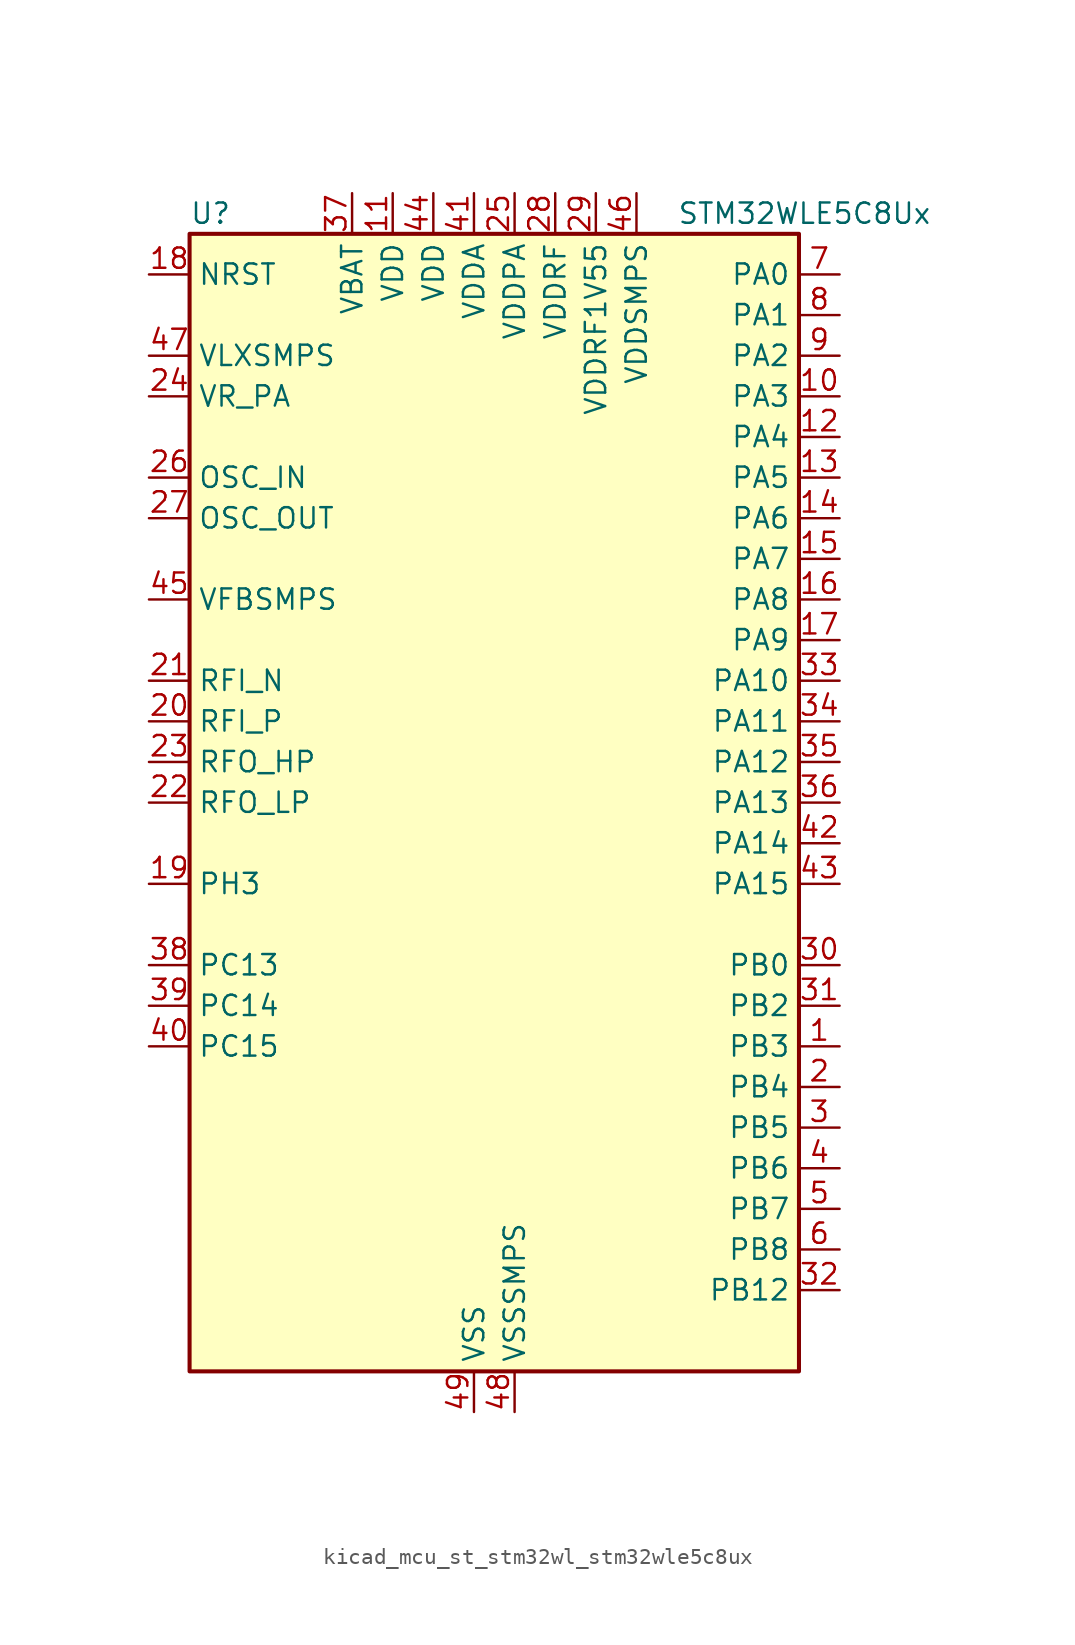
<source format=kicad_sym>
(kicad_symbol_lib
  (version 20220914)
  (generator kicad_symbol_editor)
  (symbol "kicad_mcu_st_stm32wl_stm32wle5c8ux"
    (property "Reference" "U"
      (at -17.78 36.83 0)
      (effects (font (size 1.27 1.27)) (justify left)))
    (property "Value" "STM32WLE5C8Ux"
      (at 12.7 36.83 0)
      (effects (font (size 1.27 1.27)) (justify left)))
    (property "ki_locked" ""
      (at 0 0 0)
      (effects (font (size 1.27 1.27))))
    (symbol "kicad_mcu_st_stm32wl_stm32wle5c8ux_0_1"
      (rectangle (start -17.78 -35.56) (end 20.32 35.56) (stroke (width 0.254) (type default)) (fill (type background))))
    (symbol "kicad_mcu_st_stm32wl_stm32wle5c8ux_1_1"
      (pin bidirectional line (at 22.86 -15.24 180) (length 2.54) (name "PB3" (effects (font (size 1.27 1.27)))) (number "1" (effects (font (size 1.27 1.27)))) (alternate "ADC_IN2" bidirectional line) (alternate "COMP1_INM" bidirectional line) (alternate "COMP2_INM" bidirectional line) (alternate "DEBUG_JTDO-SWO" bidirectional line) (alternate "DEBUG_RF-DTB1" bidirectional line) (alternate "PWR_WKUP3" bidirectional line) (alternate "RTC_TAMP_IN3" bidirectional line) (alternate "SPI1_SCK" bidirectional line) (alternate "TIM2_CH2" bidirectional line) (alternate "USART1_DE" bidirectional line) (alternate "USART1_RTS" bidirectional line))
      (pin bidirectional line (at 22.86 25.4 180) (length 2.54) (name "PA3" (effects (font (size 1.27 1.27)))) (number "10" (effects (font (size 1.27 1.27)))) (alternate "I2S2_MCK" bidirectional line) (alternate "LPUART1_RX" bidirectional line) (alternate "TIM2_CH4" bidirectional line) (alternate "USART2_RX" bidirectional line))
      (pin power_in line (at -5.08 38.1 270) (length 2.54) (name "VDD" (effects (font (size 1.27 1.27)))) (number "11" (effects (font (size 1.27 1.27)))))
      (pin bidirectional line (at 22.86 22.86 180) (length 2.54) (name "PA4" (effects (font (size 1.27 1.27)))) (number "12" (effects (font (size 1.27 1.27)))) (alternate "DEBUG_SUBGHZSPI-NSSOUT" bidirectional line) (alternate "LPTIM1_OUT" bidirectional line) (alternate "LPTIM2_OUT" bidirectional line) (alternate "RTC_OUT2" bidirectional line) (alternate "SPI1_NSS" bidirectional line) (alternate "USART2_CK" bidirectional line))
      (pin bidirectional line (at 22.86 20.32 180) (length 2.54) (name "PA5" (effects (font (size 1.27 1.27)))) (number "13" (effects (font (size 1.27 1.27)))) (alternate "DEBUG_SUBGHZSPI-SCKOUT" bidirectional line) (alternate "LPTIM2_ETR" bidirectional line) (alternate "SPI1_SCK" bidirectional line) (alternate "SPI2_MISO" bidirectional line) (alternate "TIM2_CH1" bidirectional line) (alternate "TIM2_ETR" bidirectional line))
      (pin bidirectional line (at 22.86 17.78 180) (length 2.54) (name "PA6" (effects (font (size 1.27 1.27)))) (number "14" (effects (font (size 1.27 1.27)))) (alternate "DEBUG_SUBGHZSPI-MISOOUT" bidirectional line) (alternate "I2C2_SMBA" bidirectional line) (alternate "LPUART1_CTS" bidirectional line) (alternate "SPI1_MISO" bidirectional line) (alternate "TIM16_CH1" bidirectional line) (alternate "TIM1_BKIN" bidirectional line))
      (pin bidirectional line (at 22.86 15.24 180) (length 2.54) (name "PA7" (effects (font (size 1.27 1.27)))) (number "15" (effects (font (size 1.27 1.27)))) (alternate "COMP2_OUT" bidirectional line) (alternate "DEBUG_SUBGHZSPI-MOSIOUT" bidirectional line) (alternate "I2C3_SCL" bidirectional line) (alternate "SPI1_MOSI" bidirectional line) (alternate "TIM17_CH1" bidirectional line) (alternate "TIM1_CH1N" bidirectional line))
      (pin bidirectional line (at 22.86 12.7 180) (length 2.54) (name "PA8" (effects (font (size 1.27 1.27)))) (number "16" (effects (font (size 1.27 1.27)))) (alternate "I2S2_CK" bidirectional line) (alternate "LPTIM2_OUT" bidirectional line) (alternate "RCC_MCO" bidirectional line) (alternate "SPI2_SCK" bidirectional line) (alternate "TIM1_CH1" bidirectional line) (alternate "USART1_CK" bidirectional line))
      (pin bidirectional line (at 22.86 10.16 180) (length 2.54) (name "PA9" (effects (font (size 1.27 1.27)))) (number "17" (effects (font (size 1.27 1.27)))) (alternate "DAC_EXTI9" bidirectional line) (alternate "I2C1_SCL" bidirectional line) (alternate "I2S2_CK" bidirectional line) (alternate "I2S2_WS" bidirectional line) (alternate "SPI2_NSS" bidirectional line) (alternate "SPI2_SCK" bidirectional line) (alternate "TIM1_CH2" bidirectional line) (alternate "USART1_TX" bidirectional line))
      (pin input line (at -20.32 33.02 0) (length 2.54) (name "NRST" (effects (font (size 1.27 1.27)))) (number "18" (effects (font (size 1.27 1.27)))))
      (pin bidirectional line (at -20.32 -5.08 0) (length 2.54) (name "PH3" (effects (font (size 1.27 1.27)))) (number "19" (effects (font (size 1.27 1.27)))))
      (pin bidirectional line (at 22.86 -17.78 180) (length 2.54) (name "PB4" (effects (font (size 1.27 1.27)))) (number "2" (effects (font (size 1.27 1.27)))) (alternate "ADC_IN3" bidirectional line) (alternate "COMP1_INP" bidirectional line) (alternate "COMP2_INP" bidirectional line) (alternate "DEBUG_JTRST" bidirectional line) (alternate "DEBUG_RF-LDORDY" bidirectional line) (alternate "I2C3_SDA" bidirectional line) (alternate "SPI1_MISO" bidirectional line) (alternate "TIM17_BKIN" bidirectional line) (alternate "USART1_CTS" bidirectional line) (alternate "USART1_NSS" bidirectional line))
      (pin bidirectional line (at -20.32 5.08 0) (length 2.54) (name "RFI_P" (effects (font (size 1.27 1.27)))) (number "20" (effects (font (size 1.27 1.27)))))
      (pin bidirectional line (at -20.32 7.62 0) (length 2.54) (name "RFI_N" (effects (font (size 1.27 1.27)))) (number "21" (effects (font (size 1.27 1.27)))))
      (pin bidirectional line (at -20.32 0 0) (length 2.54) (name "RFO_LP" (effects (font (size 1.27 1.27)))) (number "22" (effects (font (size 1.27 1.27)))))
      (pin bidirectional line (at -20.32 2.54 0) (length 2.54) (name "RFO_HP" (effects (font (size 1.27 1.27)))) (number "23" (effects (font (size 1.27 1.27)))))
      (pin power_in line (at -20.32 25.4 0) (length 2.54) (name "VR_PA" (effects (font (size 1.27 1.27)))) (number "24" (effects (font (size 1.27 1.27)))))
      (pin power_in line (at 2.54 38.1 270) (length 2.54) (name "VDDPA" (effects (font (size 1.27 1.27)))) (number "25" (effects (font (size 1.27 1.27)))))
      (pin input line (at -20.32 20.32 0) (length 2.54) (name "OSC_IN" (effects (font (size 1.27 1.27)))) (number "26" (effects (font (size 1.27 1.27)))) (alternate "RCC_OSC_IN" bidirectional line))
      (pin input line (at -20.32 17.78 0) (length 2.54) (name "OSC_OUT" (effects (font (size 1.27 1.27)))) (number "27" (effects (font (size 1.27 1.27)))) (alternate "RCC_OSC_OUT" bidirectional line))
      (pin power_in line (at 5.08 38.1 270) (length 2.54) (name "VDDRF" (effects (font (size 1.27 1.27)))) (number "28" (effects (font (size 1.27 1.27)))))
      (pin power_in line (at 7.62 38.1 270) (length 2.54) (name "VDDRF1V55" (effects (font (size 1.27 1.27)))) (number "29" (effects (font (size 1.27 1.27)))))
      (pin bidirectional line (at 22.86 -20.32 180) (length 2.54) (name "PB5" (effects (font (size 1.27 1.27)))) (number "3" (effects (font (size 1.27 1.27)))) (alternate "COMP2_OUT" bidirectional line) (alternate "I2C1_SMBA" bidirectional line) (alternate "LPTIM1_IN1" bidirectional line) (alternate "SPI1_MOSI" bidirectional line) (alternate "TIM16_BKIN" bidirectional line) (alternate "USART1_CK" bidirectional line))
      (pin bidirectional line (at 22.86 -10.16 180) (length 2.54) (name "PB0" (effects (font (size 1.27 1.27)))) (number "30" (effects (font (size 1.27 1.27)))) (alternate "COMP1_OUT" bidirectional line) (alternate "VDDTCXO" bidirectional line))
      (pin bidirectional line (at 22.86 -12.7 180) (length 2.54) (name "PB2" (effects (font (size 1.27 1.27)))) (number "31" (effects (font (size 1.27 1.27)))) (alternate "ADC_IN4" bidirectional line) (alternate "COMP1_INP" bidirectional line) (alternate "COMP2_INM" bidirectional line) (alternate "DEBUG_RF-SMPSRDY" bidirectional line) (alternate "I2C3_SMBA" bidirectional line) (alternate "LPTIM1_OUT" bidirectional line) (alternate "SPI1_NSS" bidirectional line))
      (pin bidirectional line (at 22.86 -30.48 180) (length 2.54) (name "PB12" (effects (font (size 1.27 1.27)))) (number "32" (effects (font (size 1.27 1.27)))) (alternate "I2C3_SMBA" bidirectional line) (alternate "I2S2_WS" bidirectional line) (alternate "LPUART1_RTS" bidirectional line) (alternate "SPI2_NSS" bidirectional line) (alternate "TIM1_BKIN" bidirectional line))
      (pin bidirectional line (at 22.86 7.62 180) (length 2.54) (name "PA10" (effects (font (size 1.27 1.27)))) (number "33" (effects (font (size 1.27 1.27)))) (alternate "ADC_IN6" bidirectional line) (alternate "COMP1_INM" bidirectional line) (alternate "COMP2_INM" bidirectional line) (alternate "DAC_OUT1" bidirectional line) (alternate "DEBUG_RF-HSE32RDY" bidirectional line) (alternate "I2C1_SDA" bidirectional line) (alternate "I2S2_SD" bidirectional line) (alternate "RTC_REFIN" bidirectional line) (alternate "SPI2_MOSI" bidirectional line) (alternate "TIM17_BKIN" bidirectional line) (alternate "TIM1_CH3" bidirectional line) (alternate "USART1_RX" bidirectional line))
      (pin bidirectional line (at 22.86 5.08 180) (length 2.54) (name "PA11" (effects (font (size 1.27 1.27)))) (number "34" (effects (font (size 1.27 1.27)))) (alternate "ADC_EXTI11" bidirectional line) (alternate "ADC_IN7" bidirectional line) (alternate "COMP1_INM" bidirectional line) (alternate "COMP2_INM" bidirectional line) (alternate "DEBUG_RF-NRESET" bidirectional line) (alternate "I2C2_SDA" bidirectional line) (alternate "LPTIM3_ETR" bidirectional line) (alternate "SPI1_MISO" bidirectional line) (alternate "TIM1_BKIN2" bidirectional line) (alternate "TIM1_CH4" bidirectional line) (alternate "USART1_CTS" bidirectional line) (alternate "USART1_NSS" bidirectional line))
      (pin bidirectional line (at 22.86 2.54 180) (length 2.54) (name "PA12" (effects (font (size 1.27 1.27)))) (number "35" (effects (font (size 1.27 1.27)))) (alternate "ADC_IN8" bidirectional line) (alternate "DEBUG_RF-BUSY" bidirectional line) (alternate "I2C2_SCL" bidirectional line) (alternate "LPTIM3_IN1" bidirectional line) (alternate "SPI1_MOSI" bidirectional line) (alternate "TIM1_ETR" bidirectional line) (alternate "USART1_DE" bidirectional line) (alternate "USART1_RTS" bidirectional line))
      (pin bidirectional line (at 22.86 0 180) (length 2.54) (name "PA13" (effects (font (size 1.27 1.27)))) (number "36" (effects (font (size 1.27 1.27)))) (alternate "ADC_IN9" bidirectional line) (alternate "DEBUG_JTMS-SWDIO" bidirectional line) (alternate "I2C2_SMBA" bidirectional line) (alternate "IR_OUT" bidirectional line))
      (pin power_in line (at -7.62 38.1 270) (length 2.54) (name "VBAT" (effects (font (size 1.27 1.27)))) (number "37" (effects (font (size 1.27 1.27)))))
      (pin bidirectional line (at -20.32 -10.16 0) (length 2.54) (name "PC13" (effects (font (size 1.27 1.27)))) (number "38" (effects (font (size 1.27 1.27)))) (alternate "PWR_WKUP2" bidirectional line) (alternate "RTC_OUT1" bidirectional line) (alternate "RTC_TAMP_IN1" bidirectional line) (alternate "RTC_TS" bidirectional line))
      (pin bidirectional line (at -20.32 -12.7 0) (length 2.54) (name "PC14" (effects (font (size 1.27 1.27)))) (number "39" (effects (font (size 1.27 1.27)))) (alternate "RCC_OSC32_IN" bidirectional line))
      (pin bidirectional line (at 22.86 -22.86 180) (length 2.54) (name "PB6" (effects (font (size 1.27 1.27)))) (number "4" (effects (font (size 1.27 1.27)))) (alternate "I2C1_SCL" bidirectional line) (alternate "LPTIM1_ETR" bidirectional line) (alternate "TIM16_CH1N" bidirectional line) (alternate "USART1_TX" bidirectional line))
      (pin bidirectional line (at -20.32 -15.24 0) (length 2.54) (name "PC15" (effects (font (size 1.27 1.27)))) (number "40" (effects (font (size 1.27 1.27)))) (alternate "RCC_OSC32_OUT" bidirectional line))
      (pin power_in line (at 0 38.1 270) (length 2.54) (name "VDDA" (effects (font (size 1.27 1.27)))) (number "41" (effects (font (size 1.27 1.27)))))
      (pin bidirectional line (at 22.86 -2.54 180) (length 2.54) (name "PA14" (effects (font (size 1.27 1.27)))) (number "42" (effects (font (size 1.27 1.27)))) (alternate "ADC_IN10" bidirectional line) (alternate "DEBUG_JTCK-SWCLK" bidirectional line) (alternate "I2C1_SMBA" bidirectional line) (alternate "LPTIM1_OUT" bidirectional line))
      (pin bidirectional line (at 22.86 -5.08 180) (length 2.54) (name "PA15" (effects (font (size 1.27 1.27)))) (number "43" (effects (font (size 1.27 1.27)))) (alternate "ADC_IN11" bidirectional line) (alternate "COMP1_INM" bidirectional line) (alternate "COMP2_INP" bidirectional line) (alternate "DEBUG_JTDI" bidirectional line) (alternate "I2C2_SDA" bidirectional line) (alternate "SPI1_NSS" bidirectional line) (alternate "TIM2_CH1" bidirectional line) (alternate "TIM2_ETR" bidirectional line))
      (pin power_in line (at -2.54 38.1 270) (length 2.54) (name "VDD" (effects (font (size 1.27 1.27)))) (number "44" (effects (font (size 1.27 1.27)))))
      (pin input line (at -20.32 12.7 0) (length 2.54) (name "VFBSMPS" (effects (font (size 1.27 1.27)))) (number "45" (effects (font (size 1.27 1.27)))))
      (pin power_in line (at 10.16 38.1 270) (length 2.54) (name "VDDSMPS" (effects (font (size 1.27 1.27)))) (number "46" (effects (font (size 1.27 1.27)))))
      (pin power_in line (at -20.32 27.94 0) (length 2.54) (name "VLXSMPS" (effects (font (size 1.27 1.27)))) (number "47" (effects (font (size 1.27 1.27)))))
      (pin power_in line (at 2.54 -38.1 90) (length 2.54) (name "VSSSMPS" (effects (font (size 1.27 1.27)))) (number "48" (effects (font (size 1.27 1.27)))))
      (pin power_in line (at 0 -38.1 90) (length 2.54) (name "VSS" (effects (font (size 1.27 1.27)))) (number "49" (effects (font (size 1.27 1.27)))))
      (pin bidirectional line (at 22.86 -25.4 180) (length 2.54) (name "PB7" (effects (font (size 1.27 1.27)))) (number "5" (effects (font (size 1.27 1.27)))) (alternate "I2C1_SDA" bidirectional line) (alternate "LPTIM1_IN2" bidirectional line) (alternate "PWR_PVD_IN" bidirectional line) (alternate "TIM17_CH1N" bidirectional line) (alternate "TIM1_BKIN" bidirectional line) (alternate "USART1_RX" bidirectional line))
      (pin bidirectional line (at 22.86 -27.94 180) (length 2.54) (name "PB8" (effects (font (size 1.27 1.27)))) (number "6" (effects (font (size 1.27 1.27)))) (alternate "I2C1_SCL" bidirectional line) (alternate "TIM16_CH1" bidirectional line) (alternate "TIM1_CH2N" bidirectional line))
      (pin bidirectional line (at 22.86 33.02 180) (length 2.54) (name "PA0" (effects (font (size 1.27 1.27)))) (number "7" (effects (font (size 1.27 1.27)))) (alternate "COMP1_OUT" bidirectional line) (alternate "DEBUG_PWR-REGLP1S" bidirectional line) (alternate "I2C3_SMBA" bidirectional line) (alternate "I2S_CKIN" bidirectional line) (alternate "PWR_WKUP1" bidirectional line) (alternate "RTC_TAMP_IN2" bidirectional line) (alternate "TIM2_CH1" bidirectional line) (alternate "TIM2_ETR" bidirectional line) (alternate "USART2_CTS" bidirectional line) (alternate "USART2_NSS" bidirectional line))
      (pin bidirectional line (at 22.86 30.48 180) (length 2.54) (name "PA1" (effects (font (size 1.27 1.27)))) (number "8" (effects (font (size 1.27 1.27)))) (alternate "DEBUG_PWR-REGLP2S" bidirectional line) (alternate "I2C1_SMBA" bidirectional line) (alternate "LPTIM3_OUT" bidirectional line) (alternate "LPUART1_RTS" bidirectional line) (alternate "SPI1_SCK" bidirectional line) (alternate "TIM2_CH2" bidirectional line) (alternate "USART2_DE" bidirectional line) (alternate "USART2_RTS" bidirectional line))
      (pin bidirectional line (at 22.86 27.94 180) (length 2.54) (name "PA2" (effects (font (size 1.27 1.27)))) (number "9" (effects (font (size 1.27 1.27)))) (alternate "COMP2_OUT" bidirectional line) (alternate "DEBUG_PWR-LDORDY" bidirectional line) (alternate "LPUART1_TX" bidirectional line) (alternate "RCC_LSCO" bidirectional line) (alternate "TIM2_CH3" bidirectional line) (alternate "USART2_TX" bidirectional line)))))
</source>
